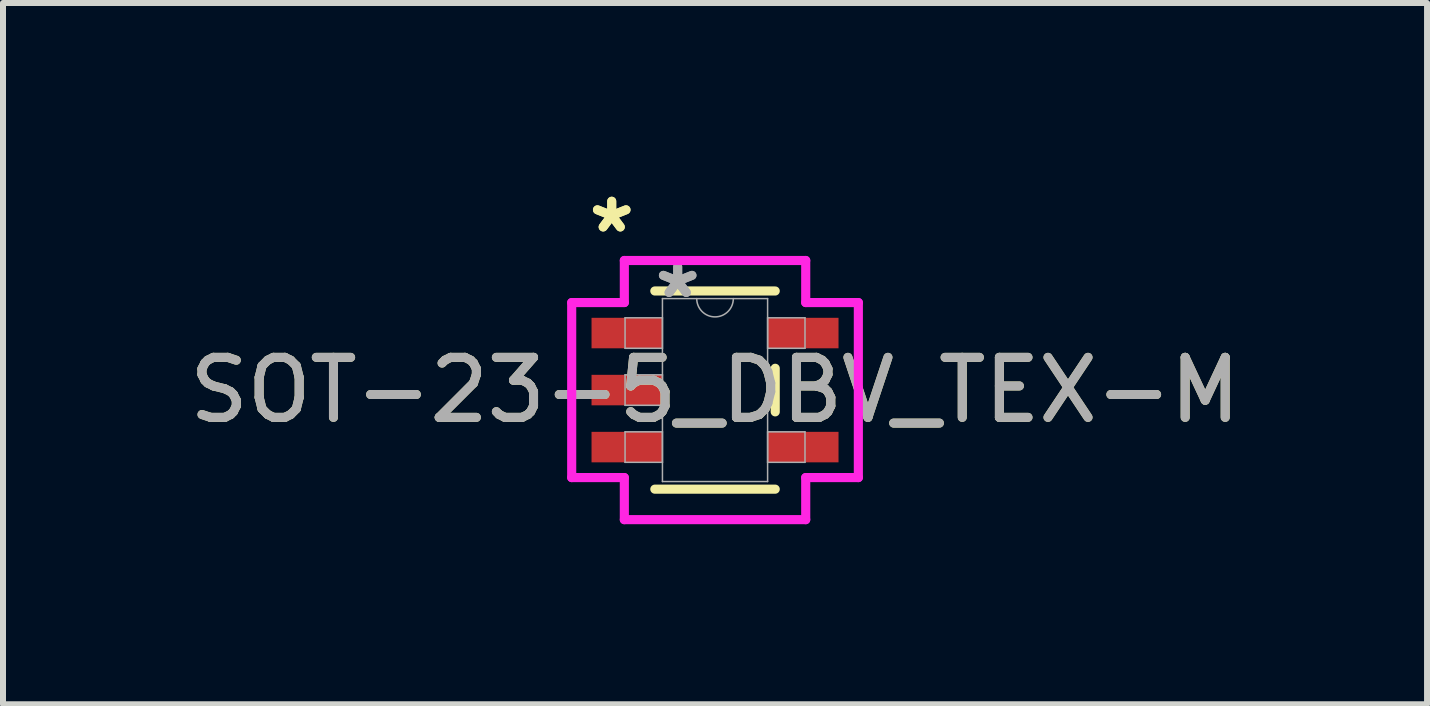
<source format=kicad_pcb>
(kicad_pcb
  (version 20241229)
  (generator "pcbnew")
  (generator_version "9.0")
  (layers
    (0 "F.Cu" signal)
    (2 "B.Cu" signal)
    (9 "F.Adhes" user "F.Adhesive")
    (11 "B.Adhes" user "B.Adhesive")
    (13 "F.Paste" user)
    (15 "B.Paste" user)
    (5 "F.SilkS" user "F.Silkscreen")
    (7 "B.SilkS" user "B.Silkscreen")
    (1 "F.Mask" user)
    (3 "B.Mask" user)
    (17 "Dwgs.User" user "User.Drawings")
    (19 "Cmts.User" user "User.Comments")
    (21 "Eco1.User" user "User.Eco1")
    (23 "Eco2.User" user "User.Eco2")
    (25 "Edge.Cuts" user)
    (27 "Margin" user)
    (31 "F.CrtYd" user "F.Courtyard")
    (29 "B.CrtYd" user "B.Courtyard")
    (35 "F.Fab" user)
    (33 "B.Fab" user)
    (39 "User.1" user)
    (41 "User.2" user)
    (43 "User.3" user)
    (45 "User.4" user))
  (footprint "SOT-23-5_DBV_TEX-M"
    (layer "F.Cu")
    (at 8.863 3.449)
    (property "Reference" "SOT-23-5_DBV_TEX-M" (at 0 0 0) (unlocked yes) (layer "F.SilkS") (effects (font (size 1 1) (thickness 0.15))))
    (attr smd)
    (fp_line (start -1.003 1.651) (end 1.003 1.651) (stroke (width 0.152) (type solid)) (layer "F.SilkS"))
    (fp_line (start 1.003 -1.651) (end -1.003 -1.651) (stroke (width 0.152) (type solid)) (layer "F.SilkS"))
    (fp_line (start 1.003 0.363) (end 1.003 -0.363) (stroke (width 0.152) (type solid)) (layer "F.SilkS"))
    (fp_line (start -2.388 -1.458) (end -1.511 -1.458) (stroke (width 0.152) (type solid)) (layer "F.CrtYd"))
    (fp_line (start -2.388 1.458) (end -2.388 -1.458) (stroke (width 0.152) (type solid)) (layer "F.CrtYd"))
    (fp_line (start -1.511 -2.159) (end 1.511 -2.159) (stroke (width 0.152) (type solid)) (layer "F.CrtYd"))
    (fp_line (start -1.511 -1.458) (end -1.511 -2.159) (stroke (width 0.152) (type solid)) (layer "F.CrtYd"))
    (fp_line (start -1.511 1.458) (end -2.388 1.458) (stroke (width 0.152) (type solid)) (layer "F.CrtYd"))
    (fp_line (start -1.511 2.159) (end -1.511 1.458) (stroke (width 0.152) (type solid)) (layer "F.CrtYd"))
    (fp_line (start 1.511 -2.159) (end 1.511 -1.458) (stroke (width 0.152) (type solid)) (layer "F.CrtYd"))
    (fp_line (start 1.511 -1.458) (end 2.388 -1.458) (stroke (width 0.152) (type solid)) (layer "F.CrtYd"))
    (fp_line (start 1.511 1.458) (end 1.511 2.159) (stroke (width 0.152) (type solid)) (layer "F.CrtYd"))
    (fp_line (start 1.511 2.159) (end -1.511 2.159) (stroke (width 0.152) (type solid)) (layer "F.CrtYd"))
    (fp_line (start 2.388 -1.458) (end 2.388 1.458) (stroke (width 0.152) (type solid)) (layer "F.CrtYd"))
    (fp_line (start 2.388 1.458) (end 1.511 1.458) (stroke (width 0.152) (type solid)) (layer "F.CrtYd"))
    (fp_line (start -1.499 -1.204) (end -1.499 -0.696) (stroke (width 0.025) (type solid)) (layer "F.Fab"))
    (fp_line (start -1.499 -0.696) (end -0.876 -0.696) (stroke (width 0.025) (type solid)) (layer "F.Fab"))
    (fp_line (start -1.499 -0.254) (end -1.499 0.254) (stroke (width 0.025) (type solid)) (layer "F.Fab"))
    (fp_line (start -1.499 0.254) (end -0.876 0.254) (stroke (width 0.025) (type solid)) (layer "F.Fab"))
    (fp_line (start -1.499 0.696) (end -1.499 1.204) (stroke (width 0.025) (type solid)) (layer "F.Fab"))
    (fp_line (start -1.499 1.204) (end -0.876 1.204) (stroke (width 0.025) (type solid)) (layer "F.Fab"))
    (fp_line (start -0.876 -1.524) (end -0.876 1.524) (stroke (width 0.025) (type solid)) (layer "F.Fab"))
    (fp_line (start -0.876 -1.204) (end -1.499 -1.204) (stroke (width 0.025) (type solid)) (layer "F.Fab"))
    (fp_line (start -0.876 -0.696) (end -0.876 -1.204) (stroke (width 0.025) (type solid)) (layer "F.Fab"))
    (fp_line (start -0.876 -0.254) (end -1.499 -0.254) (stroke (width 0.025) (type solid)) (layer "F.Fab"))
    (fp_line (start -0.876 0.254) (end -0.876 -0.254) (stroke (width 0.025) (type solid)) (layer "F.Fab"))
    (fp_line (start -0.876 0.696) (end -1.499 0.696) (stroke (width 0.025) (type solid)) (layer "F.Fab"))
    (fp_line (start -0.876 1.204) (end -0.876 0.696) (stroke (width 0.025) (type solid)) (layer "F.Fab"))
    (fp_line (start -0.876 1.524) (end 0.876 1.524) (stroke (width 0.025) (type solid)) (layer "F.Fab"))
    (fp_line (start 0.876 -1.524) (end -0.876 -1.524) (stroke (width 0.025) (type solid)) (layer "F.Fab"))
    (fp_line (start 0.876 -1.204) (end 0.876 -0.696) (stroke (width 0.025) (type solid)) (layer "F.Fab"))
    (fp_line (start 0.876 -0.696) (end 1.499 -0.696) (stroke (width 0.025) (type solid)) (layer "F.Fab"))
    (fp_line (start 0.876 0.696) (end 0.876 1.204) (stroke (width 0.025) (type solid)) (layer "F.Fab"))
    (fp_line (start 0.876 1.204) (end 1.499 1.204) (stroke (width 0.025) (type solid)) (layer "F.Fab"))
    (fp_line (start 0.876 1.524) (end 0.876 -1.524) (stroke (width 0.025) (type solid)) (layer "F.Fab"))
    (fp_line (start 1.499 -1.204) (end 0.876 -1.204) (stroke (width 0.025) (type solid)) (layer "F.Fab"))
    (fp_line (start 1.499 -0.696) (end 1.499 -1.204) (stroke (width 0.025) (type solid)) (layer "F.Fab"))
    (fp_line (start 1.499 0.696) (end 0.876 0.696) (stroke (width 0.025) (type solid)) (layer "F.Fab"))
    (fp_line (start 1.499 1.204) (end 1.499 0.696) (stroke (width 0.025) (type solid)) (layer "F.Fab"))
    (fp_arc (start 0.3048 -1.524) (mid 0 -1.2192) (end -0.3048 -1.524) (stroke (width 0.0254) (type solid)) (layer "F.Fab"))
    (fp_text user "*" (at -1.721 -2.601 0) (layer "F.SilkS") (effects (font (size 1 1) (thickness 0.15))))
    (fp_text user "*" (at -1.721 -2.601 0) (unlocked yes) (layer "F.SilkS") (effects (font (size 1 1) (thickness 0.15))))
    (fp_text user "*" (at -0.622 -1.509 0) (layer "F.Fab") (effects (font (size 1 1) (thickness 0.15))))
    (fp_text user "*" (at -0.622 -1.509 0) (unlocked yes) (layer "F.Fab") (effects (font (size 1 1) (thickness 0.15))))
    (fp_text user "${REFERENCE}" (at 0 0 0) (unlocked yes) (layer "F.Fab") (effects (font (size 1 1) (thickness 0.15))))
    (pad "1" smd rect (at -1.467 -0.95) (size 1.181 0.508) (layers "F.Cu" "F.Mask" "F.Paste"))
    (pad "2" smd rect (at -1.467 0) (size 1.181 0.508) (layers "F.Cu" "F.Mask" "F.Paste"))
    (pad "3" smd rect (at -1.467 0.95) (size 1.181 0.508) (layers "F.Cu" "F.Mask" "F.Paste"))
    (pad "4" smd rect (at 1.467 0.95) (size 1.181 0.508) (layers "F.Cu" "F.Mask" "F.Paste"))
    (pad "5" smd rect (at 1.467 -0.95) (size 1.181 0.508) (layers "F.Cu" "F.Mask" "F.Paste")))
  (gr_rect
    (start -3 -3)
    (end 20.726 8.684)
    (stroke (width 0.1) (type default))
    (fill no)
    (layer "Edge.Cuts")))
</source>
